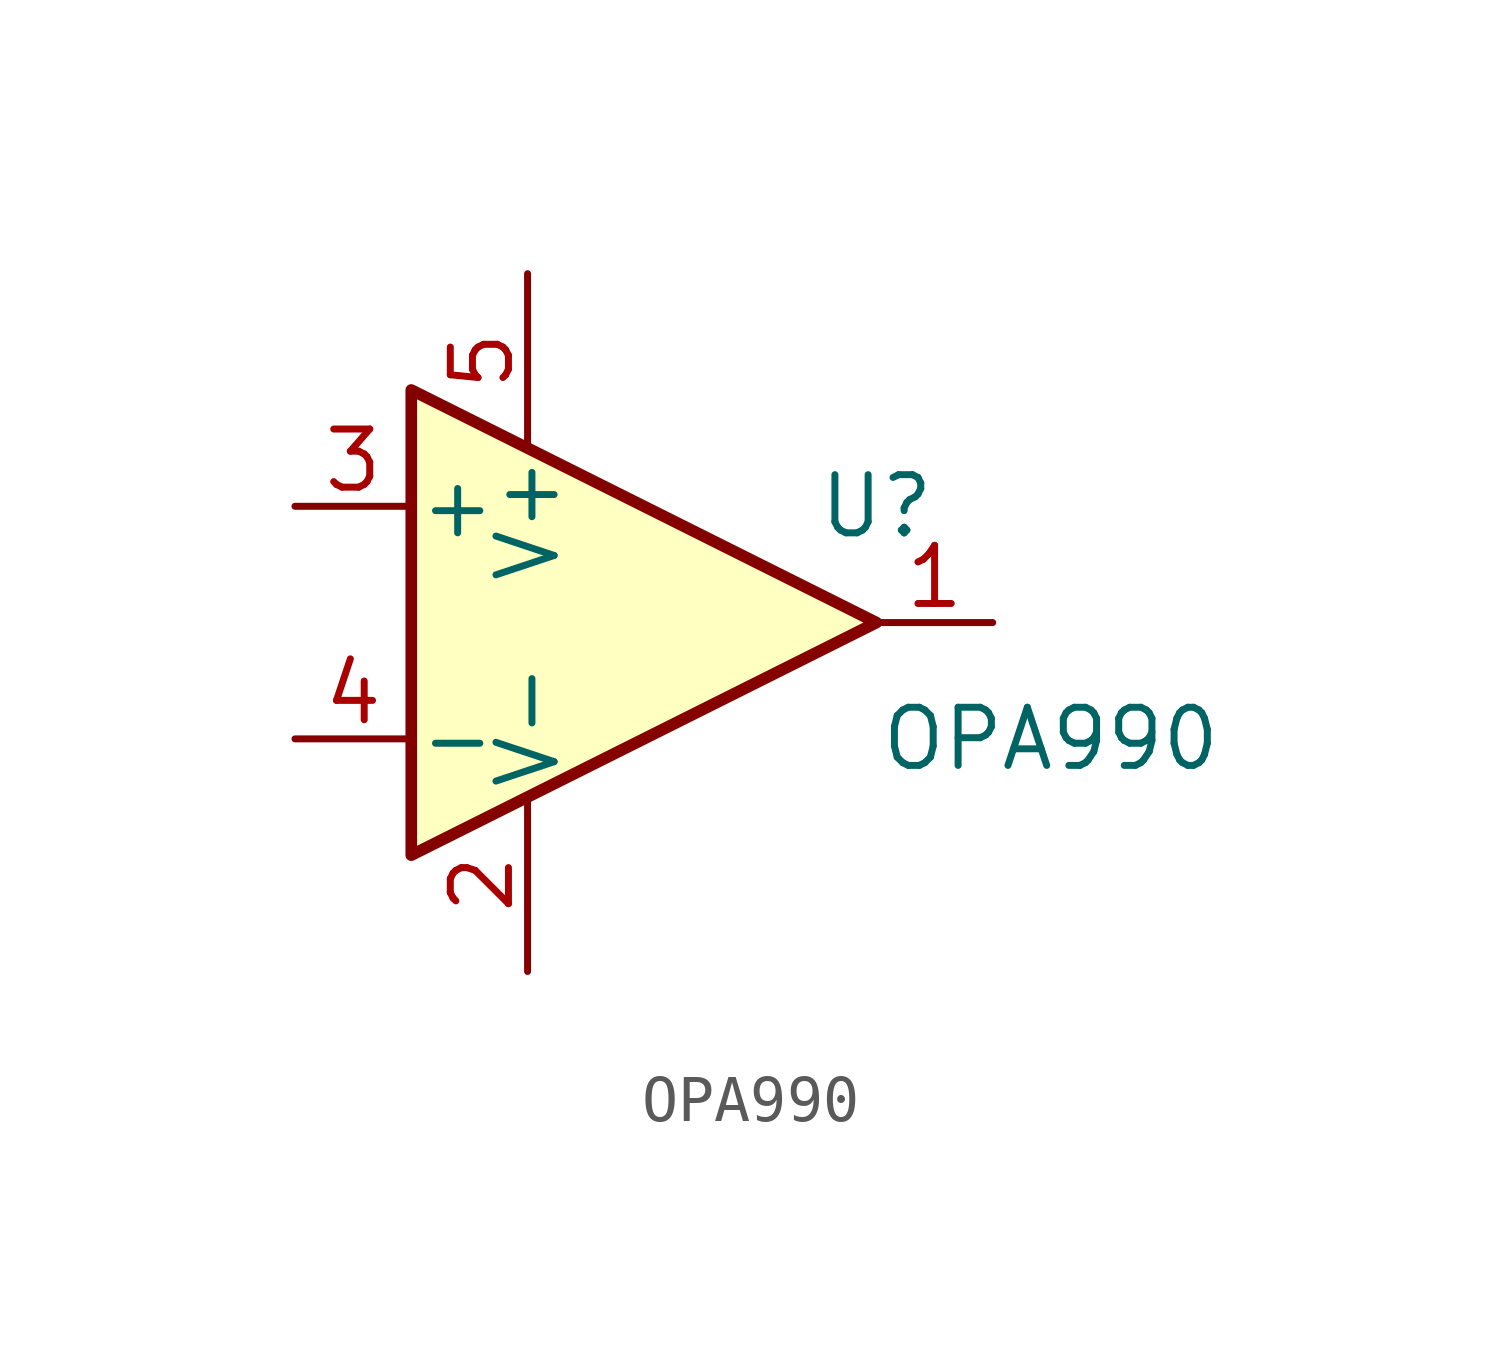
<source format=kicad_sym>
(kicad_symbol_lib
  (version 20220914)
  (generator kicad_symbol_editor)
  (symbol "OPA990"
    (pin_names
      (offset 0.127))
    (property "Reference" "U"
      (at 7.62 2.54 0)
      (effects (font (size 1.27 1.27))))
    (property "Value" "OPA990"
      (at 11.43 -2.54 0)
      (effects (font (size 1.27 1.27))))
    (symbol "OPA990_0_1"
      (polyline (pts (xy -2.54 5.08) (xy -2.54 -5.08) (xy 7.62 0) (xy -2.54 5.08)) (stroke (width 0.254) (type default)) (fill (type background))))
    (symbol "OPA990_1_1"
      (pin output line (at 10.16 0 180) (length 2.54) (name "~" (effects (font (size 1.27 1.27)))) (number "1" (effects (font (size 1.27 1.27)))))
      (pin power_in line (at 0 -7.62 90) (length 3.81) (name "V-" (effects (font (size 1.27 1.27)))) (number "2" (effects (font (size 1.27 1.27)))))
      (pin input line (at -5.08 2.54 0) (length 2.54) (name "+" (effects (font (size 1.27 1.27)))) (number "3" (effects (font (size 1.27 1.27)))))
      (pin input line (at -5.08 -2.54 0) (length 2.54) (name "-" (effects (font (size 1.27 1.27)))) (number "4" (effects (font (size 1.27 1.27)))))
      (pin power_in line (at 0 7.62 270) (length 3.81) (name "V+" (effects (font (size 1.27 1.27)))) (number "5" (effects (font (size 1.27 1.27))))))))
</source>
